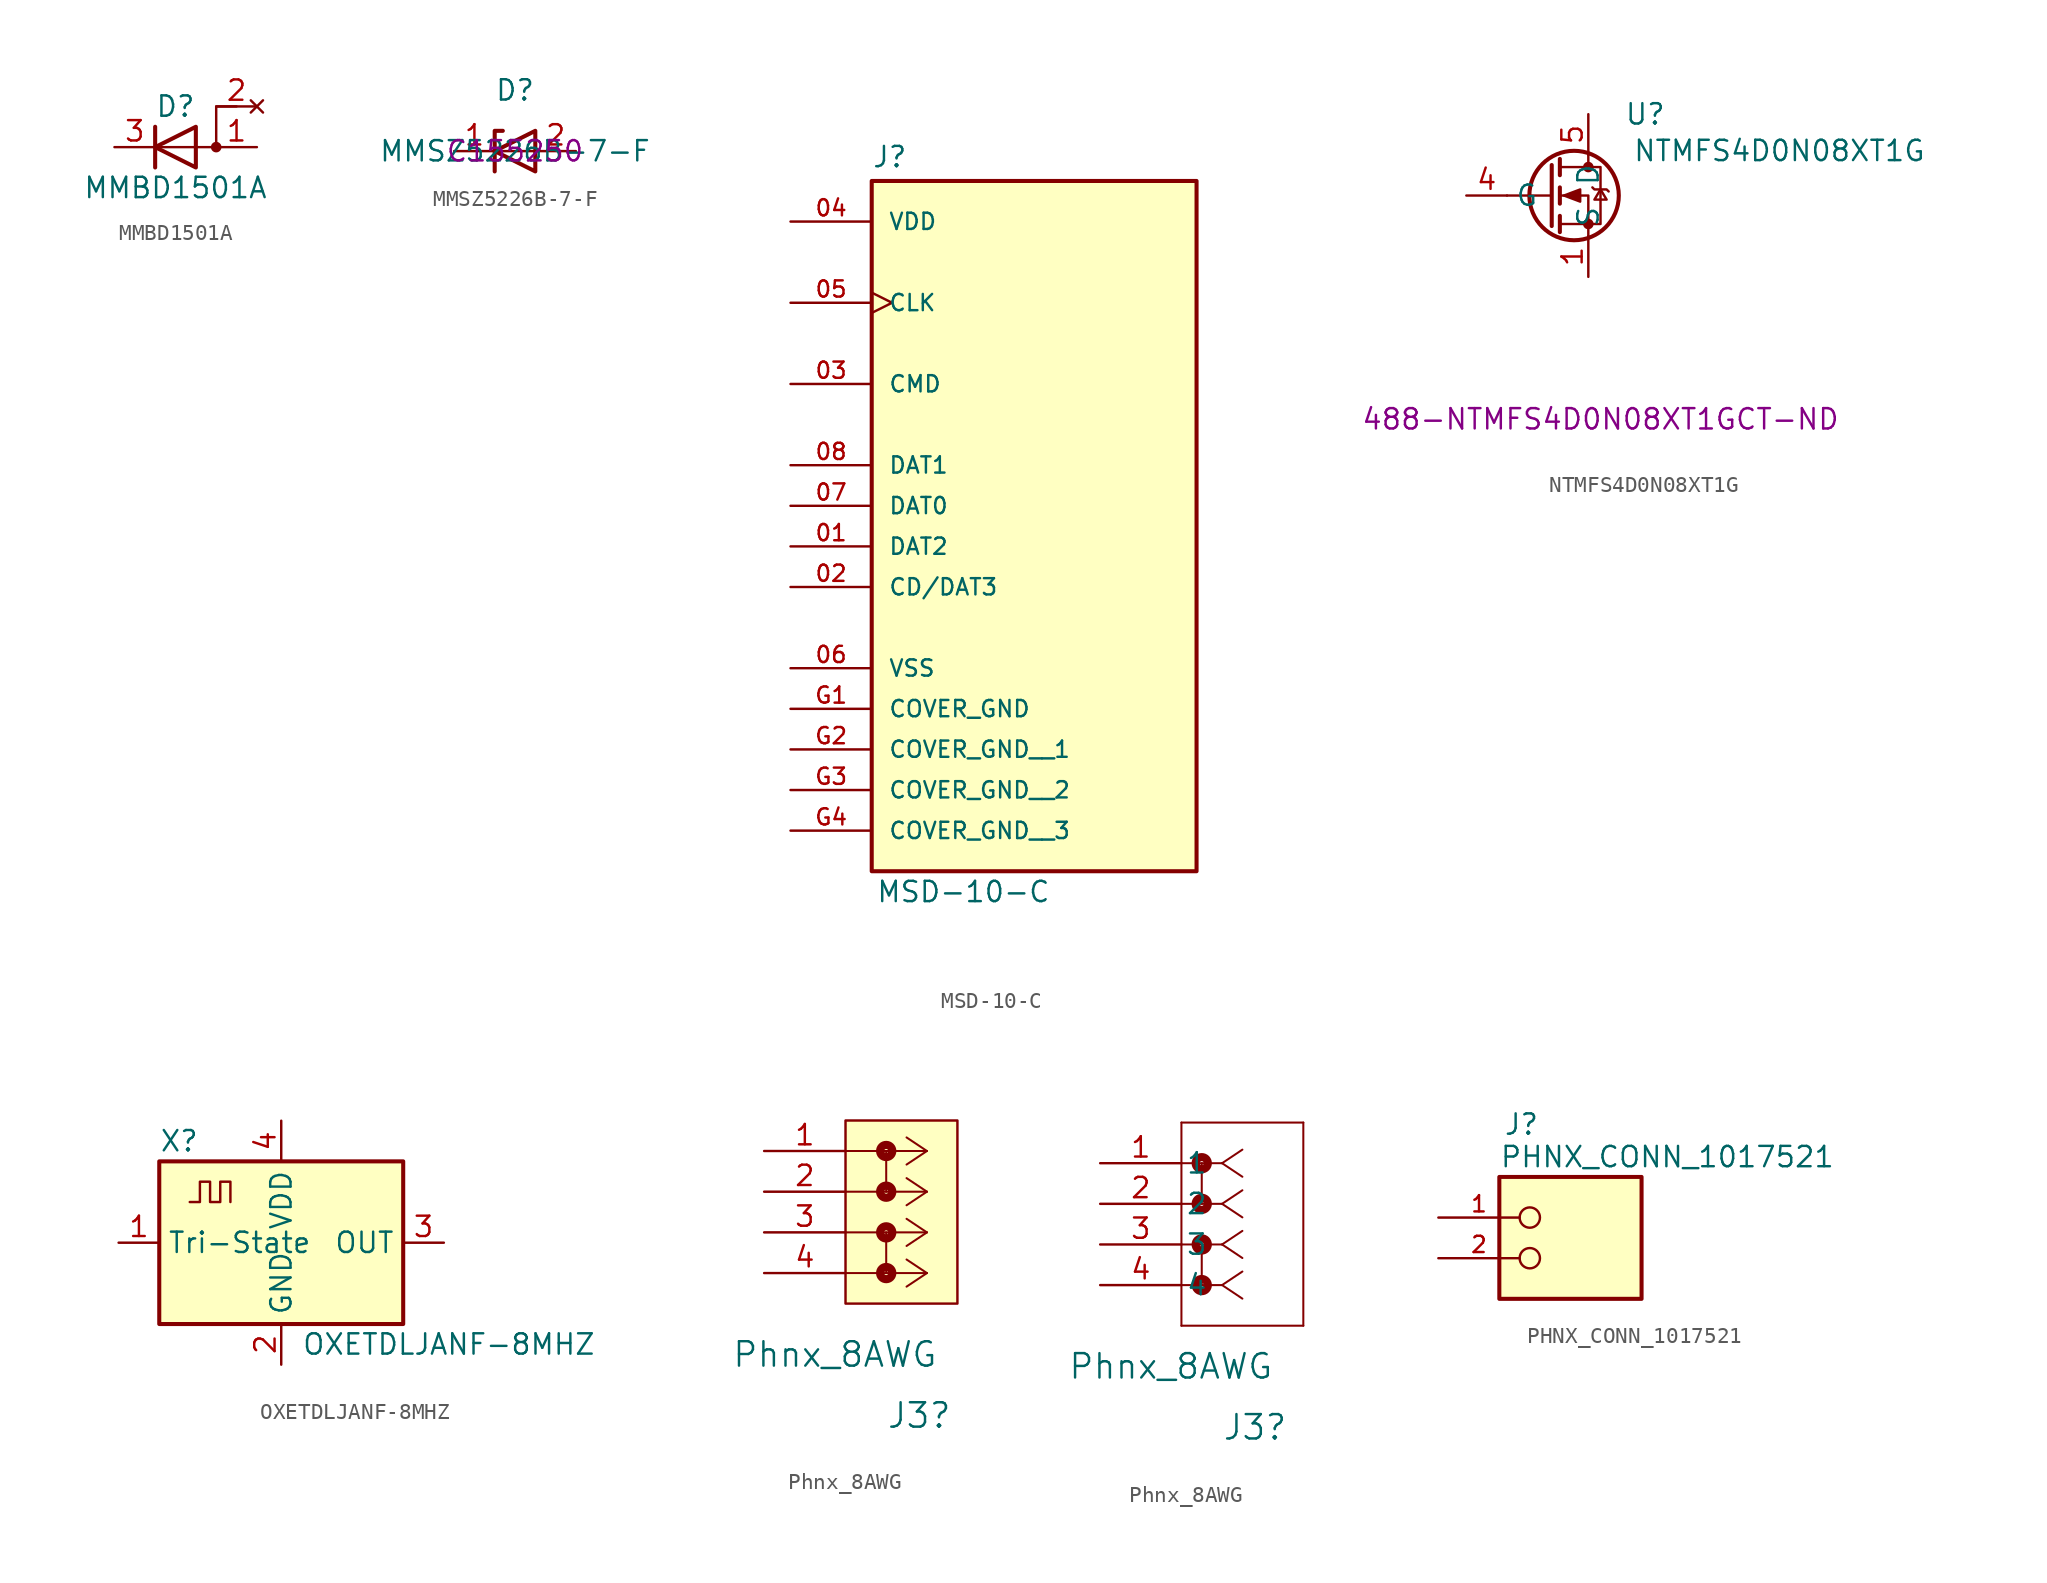
<source format=kicad_sym>
(kicad_symbol_lib
  (version 20231120)
  (generator "kicad_symbol_editor")
  (generator_version "8.0")
  (symbol "MMBD1501A"
    (pin_names
      (offset 0) hide)
    (property "Reference" "D"
      (at 0 2.54 0)
      (effects (font (size 1.27 1.27))))
    (property "Value" "MMBD1501A"
      (at 0 -2.54 0)
      (effects (font (size 1.27 1.27))))
    (symbol "MMBD1501A_0_1"
      (polyline (pts (xy -1.27 1.27) (xy -1.27 -1.27)) (stroke (width 0.254) (type default)) (fill (type none)))
      (polyline (pts (xy 1.27 1.27) (xy 1.27 -1.27) (xy -1.27 0) (xy 1.27 1.27)) (stroke (width 0.254) (type default)) (fill (type none)))
      (polyline (pts (xy 3.81 2.54) (xy 2.54 2.54) (xy 2.54 0) (xy -1.27 0)) (stroke (width 0) (type default)) (fill (type none)))
      (circle (center 2.54 0) (radius 0.254) (stroke (width 0) (type default)) (fill (type outline))))
    (symbol "MMBD1501A_1_1"
      (pin passive line (at 5.08 0 180) (length 2.54) (name "A" (effects (font (size 1.27 1.27)))) (number "1" (effects (font (size 1.27 1.27)))))
      (pin no_connect line (at 5.08 2.54 180) (length 2.54) (name "A" (effects (font (size 1.27 1.27)))) (number "2" (effects (font (size 1.27 1.27)))))
      (pin passive line (at -3.81 0 0) (length 2.54) (name "K" (effects (font (size 1.27 1.27)))) (number "3" (effects (font (size 1.27 1.27)))))))
  (symbol "MMSZ5226B-7-F"
    (property "Reference" "D"
      (at 0 3.81 0)
      (effects (font (size 1.27 1.27))))
    (property "Value" "MMSZ5226B-7-F"
      (at 0 0 0)
      (effects (font (size 1.27 1.27))))
    (property "Part#" "C155250"
      (at 0 0 0)
      (effects (font (size 1.27 1.27))))
    (symbol "MMSZ5226B-7-F_0_1"
      (polyline (pts (xy 1.27 0) (xy -1.27 0)) (stroke (width 0) (type default)) (fill (type none)))
      (polyline (pts (xy -1.27 -1.27) (xy -1.27 1.27) (xy -0.762 1.27)) (stroke (width 0.254) (type default)) (fill (type none)))
      (polyline (pts (xy 1.27 -1.27) (xy 1.27 1.27) (xy -1.27 0) (xy 1.27 -1.27)) (stroke (width 0.254) (type default)) (fill (type none))))
    (symbol "MMSZ5226B-7-F_1_1"
      (pin passive line (at -3.81 0 0) (length 2.54) (name "" (effects (font (size 1.27 1.27)))) (number "1" (effects (font (size 1.27 1.27)))))
      (pin passive line (at 3.81 0 180) (length 2.54) (name "" (effects (font (size 1.27 1.27)))) (number "2" (effects (font (size 1.27 1.27)))))))
  (symbol "MSD-10-C"
    (pin_names
      (offset 1.016))
    (property "Reference" "J"
      (at -10.16 18.542 0)
      (effects (font (size 1.27 1.27)) (justify left bottom)))
    (property "Value" "MSD-10-C"
      (at -9.906 -27.432 0)
      (effects (font (size 1.27 1.27)) (justify left bottom)))
    (symbol "MSD-10-C_0_0"
      (rectangle (start -10.16 17.78) (end 10.16 -25.4) (stroke (width 0.254) (type default)) (fill (type background)))
      (pin bidirectional line (at -15.24 -5.08 0) (length 5.08) (name "DAT2" (effects (font (size 1.016 1.016)))) (number "01" (effects (font (size 1.016 1.016)))))
      (pin bidirectional line (at -15.24 -7.62 0) (length 5.08) (name "CD/DAT3" (effects (font (size 1.016 1.016)))) (number "02" (effects (font (size 1.016 1.016)))))
      (pin bidirectional line (at -15.24 5.08 0) (length 5.08) (name "CMD" (effects (font (size 1.016 1.016)))) (number "03" (effects (font (size 1.016 1.016)))))
      (pin power_in line (at -15.24 15.24 0) (length 5.08) (name "VDD" (effects (font (size 1.016 1.016)))) (number "04" (effects (font (size 1.016 1.016)))))
      (pin input clock (at -15.24 10.16 0) (length 5.08) (name "CLK" (effects (font (size 1.016 1.016)))) (number "05" (effects (font (size 1.016 1.016)))))
      (pin power_in line (at -15.24 -12.7 0) (length 5.08) (name "VSS" (effects (font (size 1.016 1.016)))) (number "06" (effects (font (size 1.016 1.016)))))
      (pin bidirectional line (at -15.24 -2.54 0) (length 5.08) (name "DAT0" (effects (font (size 1.016 1.016)))) (number "07" (effects (font (size 1.016 1.016)))))
      (pin bidirectional line (at -15.24 0 0) (length 5.08) (name "DAT1" (effects (font (size 1.016 1.016)))) (number "08" (effects (font (size 1.016 1.016)))))
      (pin power_in line (at -15.24 -15.24 0) (length 5.08) (name "COVER_GND" (effects (font (size 1.016 1.016)))) (number "G1" (effects (font (size 1.016 1.016)))))
      (pin power_in line (at -15.24 -17.78 0) (length 5.08) (name "COVER_GND__1" (effects (font (size 1.016 1.016)))) (number "G2" (effects (font (size 1.016 1.016)))))
      (pin power_in line (at -15.24 -20.32 0) (length 5.08) (name "COVER_GND__2" (effects (font (size 1.016 1.016)))) (number "G3" (effects (font (size 1.016 1.016)))))
      (pin power_in line (at -15.24 -22.86 0) (length 5.08) (name "COVER_GND__3" (effects (font (size 1.016 1.016)))) (number "G4" (effects (font (size 1.016 1.016)))))))
  (symbol "NTMFS4D0N08XT1G"
    (property "Reference" "U"
      (at 3.556 5.08 0)
      (effects (font (size 1.27 1.27))))
    (property "Value" "NTMFS4D0N08XT1G"
      (at 11.938 2.794 0)
      (effects (font (size 1.27 1.27))))
    (property "DK#" "488-NTMFS4D0N08XT1GCT-ND"
      (at 0.762 -13.97 0)
      (effects (font (size 1.27 1.27))))
    (symbol "NTMFS4D0N08XT1G_0_1"
      (circle (center -0.889 0) (radius 2.794) (stroke (width 0.254) (type default)) (fill (type none)))
      (circle (center 0 -1.778) (radius 0.254) (stroke (width 0) (type default)) (fill (type outline)))
      (polyline (pts (xy -2.286 0) (xy -5.08 0)) (stroke (width 0) (type default)) (fill (type none)))
      (polyline (pts (xy -2.286 1.905) (xy -2.286 -1.905)) (stroke (width 0.254) (type default)) (fill (type none)))
      (polyline (pts (xy -1.778 -1.27) (xy -1.778 -2.286)) (stroke (width 0.254) (type default)) (fill (type none)))
      (polyline (pts (xy -1.778 0.508) (xy -1.778 -0.508)) (stroke (width 0.254) (type default)) (fill (type none)))
      (polyline (pts (xy -1.778 2.286) (xy -1.778 1.27)) (stroke (width 0.254) (type default)) (fill (type none)))
      (polyline (pts (xy 0 2.54) (xy 0 1.778)) (stroke (width 0) (type default)) (fill (type none)))
      (polyline (pts (xy 0 -2.54) (xy 0 0) (xy -1.778 0)) (stroke (width 0) (type default)) (fill (type none)))
      (polyline (pts (xy -1.778 -1.778) (xy 0.762 -1.778) (xy 0.762 1.778) (xy -1.778 1.778)) (stroke (width 0) (type default)) (fill (type none)))
      (polyline (pts (xy -1.524 0) (xy -0.508 0.381) (xy -0.508 -0.381) (xy -1.524 0)) (stroke (width 0) (type default)) (fill (type outline)))
      (polyline (pts (xy 0.254 0.508) (xy 0.381 0.381) (xy 1.143 0.381) (xy 1.27 0.254)) (stroke (width 0) (type default)) (fill (type none)))
      (polyline (pts (xy 0.762 0.381) (xy 0.381 -0.254) (xy 1.143 -0.254) (xy 0.762 0.381)) (stroke (width 0) (type default)) (fill (type none)))
      (circle (center 0 1.778) (radius 0.254) (stroke (width 0) (type default)) (fill (type outline))))
    (symbol "NTMFS4D0N08XT1G_1_1"
      (pin passive line (at 0 -5.08 90) (length 2.54) (name "S" (effects (font (size 1.27 1.27)))) (number "1" (effects (font (size 1.27 1.27)))))
      (pin passive line (at 0 -5.08 90) (length 2.54) hide (name "S" (effects (font (size 1.27 1.27)))) (number "2" (effects (font (size 1.27 1.27)))))
      (pin passive line (at 0 -5.08 90) (length 2.54) hide (name "S" (effects (font (size 1.27 1.27)))) (number "3" (effects (font (size 1.27 1.27)))))
      (pin input line (at -7.62 0 0) (length 2.54) (name "G" (effects (font (size 1.27 1.27)))) (number "4" (effects (font (size 1.27 1.27)))))
      (pin passive line (at 0 5.08 270) (length 2.54) (name "D" (effects (font (size 1.27 1.27)))) (number "5" (effects (font (size 1.27 1.27)))))))
  (symbol "OXETDLJANF-8MHZ"
    (property "Reference" "X"
      (at -7.62 6.35 0)
      (effects (font (size 1.27 1.27)) (justify left)))
    (property "Value" "OXETDLJANF-8MHZ "
      (at 1.27 -6.35 0)
      (effects (font (size 1.27 1.27)) (justify left)))
    (symbol "OXETDLJANF-8MHZ_0_1"
      (rectangle (start -7.62 5.08) (end 7.62 -5.08) (stroke (width 0.254) (type default)) (fill (type background)))
      (polyline (pts (xy -5.715 2.54) (xy -5.08 2.54) (xy -5.08 3.81) (xy -4.445 3.81) (xy -4.445 2.54) (xy -3.81 2.54) (xy -3.81 3.81) (xy -3.175 3.81) (xy -3.175 2.54)) (stroke (width 0) (type default)) (fill (type none))))
    (symbol "OXETDLJANF-8MHZ_1_1"
      (pin input line (at -10.16 0 0) (length 2.54) (name "Tri-State" (effects (font (size 1.27 1.27)))) (number "1" (effects (font (size 1.27 1.27)))))
      (pin power_in line (at 0 -7.62 90) (length 2.54) (name "GND" (effects (font (size 1.27 1.27)))) (number "2" (effects (font (size 1.27 1.27)))))
      (pin output line (at 10.16 0 180) (length 2.54) (name "OUT" (effects (font (size 1.27 1.27)))) (number "3" (effects (font (size 1.27 1.27)))))
      (pin power_in line (at 0 7.62 270) (length 2.54) (name "VDD" (effects (font (size 1.27 1.27)))) (number "4" (effects (font (size 1.27 1.27)))))))
  (symbol "Phnx_8AWG"
    (pin_names
      (offset 0.254))
    (property "Reference" "J3"
      (at 7.62 -16.51 0)
      (effects (font (size 1.524 1.524)) (justify left)))
    (property "Value" "Phnx_8AWG"
      (at -2.032 -12.7 0)
      (effects (font (size 1.524 1.524)) (justify left)))
    (symbol "Phnx_8AWG_1_1"
      (polyline (pts (xy 7.62 -5.08) (xy 7.62 -7.62)) (stroke (width 0.127) (type default)) (fill (type none)))
      (polyline (pts (xy 7.62 0) (xy 7.62 -2.54)) (stroke (width 0.127) (type default)) (fill (type none)))
      (polyline (pts (xy 10.16 -7.62) (xy 5.08 -7.62)) (stroke (width 0.127) (type default)) (fill (type none)))
      (polyline (pts (xy 10.16 -7.62) (xy 8.89 -8.467)) (stroke (width 0.127) (type default)) (fill (type none)))
      (polyline (pts (xy 10.16 -7.62) (xy 8.89 -6.773)) (stroke (width 0.127) (type default)) (fill (type none)))
      (polyline (pts (xy 10.16 -5.08) (xy 5.08 -5.08)) (stroke (width 0.127) (type default)) (fill (type none)))
      (polyline (pts (xy 10.16 -5.08) (xy 8.89 -5.927)) (stroke (width 0.127) (type default)) (fill (type none)))
      (polyline (pts (xy 10.16 -5.08) (xy 8.89 -4.233)) (stroke (width 0.127) (type default)) (fill (type none)))
      (polyline (pts (xy 10.16 -2.54) (xy 5.08 -2.54)) (stroke (width 0.127) (type default)) (fill (type none)))
      (polyline (pts (xy 10.16 -2.54) (xy 8.89 -3.387)) (stroke (width 0.127) (type default)) (fill (type none)))
      (polyline (pts (xy 10.16 -2.54) (xy 8.89 -1.693)) (stroke (width 0.127) (type default)) (fill (type none)))
      (polyline (pts (xy 10.16 0) (xy 5.08 0)) (stroke (width 0.127) (type default)) (fill (type none)))
      (polyline (pts (xy 10.16 0) (xy 8.89 -0.847)) (stroke (width 0.127) (type default)) (fill (type none)))
      (polyline (pts (xy 10.16 0) (xy 8.89 0.847)) (stroke (width 0.127) (type default)) (fill (type none)))
      (rectangle (start 5.08 1.905) (end 12.065 -9.525) (stroke (width 0) (type default)) (fill (type background)))
      (circle (center 7.62 -7.62) (radius 0.127) (stroke (width 0.508) (type default)) (fill (type none)))
      (circle (center 7.62 -5.08) (radius 0.127) (stroke (width 0.508) (type default)) (fill (type none)))
      (circle (center 7.62 -2.54) (radius 0.127) (stroke (width 0.508) (type default)) (fill (type none)))
      (circle (center 7.62 0) (radius 0.127) (stroke (width 0.508) (type default)) (fill (type none)))
      (pin unspecified line (at 0 0 0) (length 5.08) (name "" (effects (font (size 1.27 1.27)))) (number "1" (effects (font (size 1.27 1.27)))))
      (pin unspecified line (at 0 -2.54 0) (length 5.08) (name "" (effects (font (size 1.27 1.27)))) (number "2" (effects (font (size 1.27 1.27)))))
      (pin unspecified line (at 0 -5.08 0) (length 5.08) (name "" (effects (font (size 1.27 1.27)))) (number "3" (effects (font (size 1.27 1.27)))))
      (pin unspecified line (at 0 -7.62 0) (length 5.08) (name "" (effects (font (size 1.27 1.27)))) (number "4" (effects (font (size 1.27 1.27))))))
    (symbol "Phnx_8AWG_1_2"
      (polyline (pts (xy 5.08 -10.16) (xy 12.7 -10.16)) (stroke (width 0.127) (type default)) (fill (type none)))
      (polyline (pts (xy 5.08 2.54) (xy 5.08 -10.16)) (stroke (width 0.127) (type default)) (fill (type none)))
      (polyline (pts (xy 6.35 -5.08) (xy 6.35 -7.62)) (stroke (width 0.127) (type default)) (fill (type none)))
      (polyline (pts (xy 6.35 0) (xy 6.35 -2.54)) (stroke (width 0.127) (type default)) (fill (type none)))
      (polyline (pts (xy 7.62 -7.62) (xy 5.08 -7.62)) (stroke (width 0.127) (type default)) (fill (type none)))
      (polyline (pts (xy 7.62 -7.62) (xy 8.89 -8.467)) (stroke (width 0.127) (type default)) (fill (type none)))
      (polyline (pts (xy 7.62 -7.62) (xy 8.89 -6.773)) (stroke (width 0.127) (type default)) (fill (type none)))
      (polyline (pts (xy 7.62 -5.08) (xy 5.08 -5.08)) (stroke (width 0.127) (type default)) (fill (type none)))
      (polyline (pts (xy 7.62 -5.08) (xy 8.89 -5.927)) (stroke (width 0.127) (type default)) (fill (type none)))
      (polyline (pts (xy 7.62 -5.08) (xy 8.89 -4.233)) (stroke (width 0.127) (type default)) (fill (type none)))
      (polyline (pts (xy 7.62 -2.54) (xy 5.08 -2.54)) (stroke (width 0.127) (type default)) (fill (type none)))
      (polyline (pts (xy 7.62 -2.54) (xy 8.89 -3.387)) (stroke (width 0.127) (type default)) (fill (type none)))
      (polyline (pts (xy 7.62 -2.54) (xy 8.89 -1.693)) (stroke (width 0.127) (type default)) (fill (type none)))
      (polyline (pts (xy 7.62 0) (xy 5.08 0)) (stroke (width 0.127) (type default)) (fill (type none)))
      (polyline (pts (xy 7.62 0) (xy 8.89 -0.847)) (stroke (width 0.127) (type default)) (fill (type none)))
      (polyline (pts (xy 7.62 0) (xy 8.89 0.847)) (stroke (width 0.127) (type default)) (fill (type none)))
      (polyline (pts (xy 12.7 -10.16) (xy 12.7 2.54)) (stroke (width 0.127) (type default)) (fill (type none)))
      (polyline (pts (xy 12.7 2.54) (xy 5.08 2.54)) (stroke (width 0.127) (type default)) (fill (type none)))
      (circle (center 6.35 -7.62) (radius 0.127) (stroke (width 0.508) (type default)) (fill (type none)))
      (circle (center 6.35 -5.08) (radius 0.127) (stroke (width 0.508) (type default)) (fill (type none)))
      (circle (center 6.35 -2.54) (radius 0.127) (stroke (width 0.508) (type default)) (fill (type none)))
      (circle (center 6.35 0) (radius 0.127) (stroke (width 0.508) (type default)) (fill (type none)))
      (pin unspecified line (at 0 0 0) (length 5.08) (name "1" (effects (font (size 1.27 1.27)))) (number "1" (effects (font (size 1.27 1.27)))))
      (pin unspecified line (at 0 -2.54 0) (length 5.08) (name "2" (effects (font (size 1.27 1.27)))) (number "2" (effects (font (size 1.27 1.27)))))
      (pin unspecified line (at 0 -5.08 0) (length 5.08) (name "3" (effects (font (size 1.27 1.27)))) (number "3" (effects (font (size 1.27 1.27)))))
      (pin unspecified line (at 0 -7.62 0) (length 5.08) (name "4" (effects (font (size 1.27 1.27)))) (number "4" (effects (font (size 1.27 1.27)))))))
  (symbol "PHNX_CONN_1017521"
    (pin_names
      (offset 1.016))
    (property "Reference" "J"
      (at -3.556 5.08 0)
      (effects (font (size 1.27 1.27)) (justify left bottom)))
    (property "Value" "PHNX_CONN_1017521"
      (at -3.81 3.048 0)
      (effects (font (size 1.27 1.27)) (justify left bottom)))
    (symbol "PHNX_CONN_1017521_0_0"
      (rectangle (start -3.81 -5.08) (end 5.08 2.54) (stroke (width 0.254) (type default)) (fill (type background)))
      (circle (center -1.905 -2.54) (radius 0.635) (stroke (width 0.152) (type default)) (fill (type none)))
      (circle (center -1.905 0) (radius 0.635) (stroke (width 0.152) (type default)) (fill (type none))))
    (symbol "PHNX_CONN_1017521_1_0"
      (pin passive line (at -7.62 0 0) (length 5.08) (name "" (effects (font (size 1.016 1.016)))) (number "1" (effects (font (size 1.016 1.016)))))
      (pin passive line (at -7.62 -2.54 0) (length 5.08) (name "" (effects (font (size 1.016 1.016)))) (number "2" (effects (font (size 1.016 1.016))))))))
</source>
